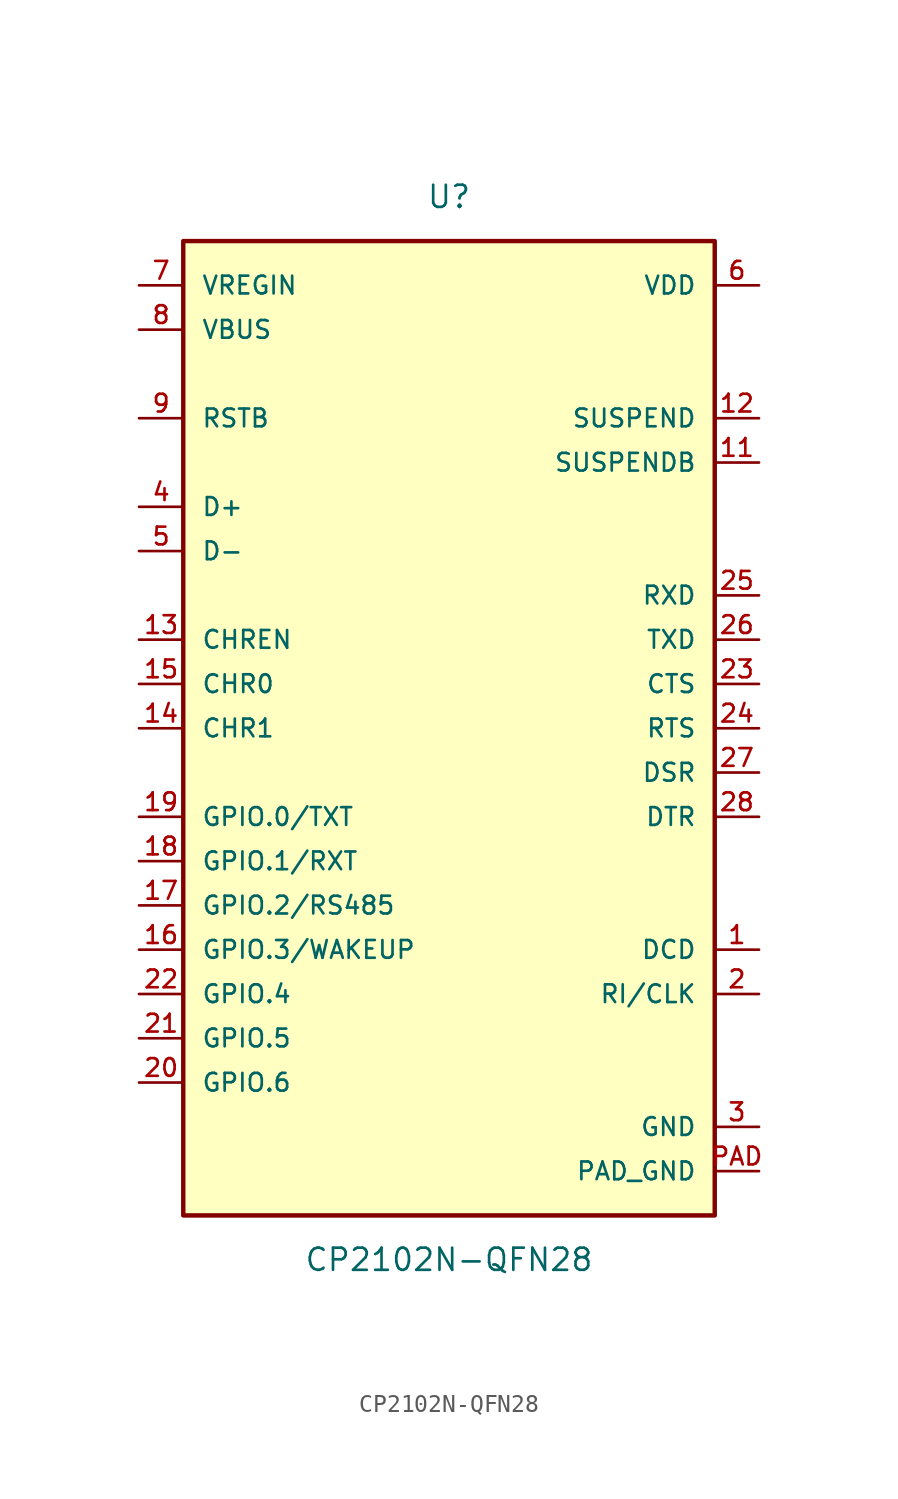
<source format=kicad_sym>
(kicad_symbol_lib
  (version 20211014)
  (generator kicad_symbol_editor)
  (symbol "CP2102N-QFN28"
    (pin_names
      (offset 1.016))
    (property "Reference" "U"
      (at 0.0 30.48 0)
      (effects (font (size 1.27 1.27))))
    (property "Value" "CP2102N-QFN28"
      (at 0.0 -30.48 0)
      (effects (font (size 1.27 1.27))))
    (symbol "CP2102N-QFN28_0_0"
      (rectangle (start -15.24 -27.94) (end 15.24 27.94) (stroke (width 0.254)) (fill (type background)))
      (pin bidirectional line (at 17.78 25.4 180.0) (length 2.54) (name "VDD" (effects (font (size 1.016 1.016)))) (number "6" (effects (font (size 1.016 1.016)))))
      (pin bidirectional line (at 17.78 -22.86 180.0) (length 2.54) (name "GND" (effects (font (size 1.016 1.016)))) (number "3" (effects (font (size 1.016 1.016)))))
      (pin bidirectional line (at 17.78 -12.7 180.0) (length 2.54) (name "DCD" (effects (font (size 1.016 1.016)))) (number "1" (effects (font (size 1.016 1.016)))))
      (pin bidirectional line (at 17.78 -15.24 180.0) (length 2.54) (name "RI/CLK" (effects (font (size 1.016 1.016)))) (number "2" (effects (font (size 1.016 1.016)))))
      (pin bidirectional line (at -17.78 12.7 0) (length 2.54) (name "D+" (effects (font (size 1.016 1.016)))) (number "4" (effects (font (size 1.016 1.016)))))
      (pin bidirectional line (at -17.78 10.16 0) (length 2.54) (name "D-" (effects (font (size 1.016 1.016)))) (number "5" (effects (font (size 1.016 1.016)))))
      (pin bidirectional line (at -17.78 25.4 0) (length 2.54) (name "VREGIN" (effects (font (size 1.016 1.016)))) (number "7" (effects (font (size 1.016 1.016)))))
      (pin bidirectional line (at -17.78 22.86 0) (length 2.54) (name "VBUS" (effects (font (size 1.016 1.016)))) (number "8" (effects (font (size 1.016 1.016)))))
      (pin bidirectional line (at -17.78 17.78 0) (length 2.54) (name "RSTB" (effects (font (size 1.016 1.016)))) (number "9" (effects (font (size 1.016 1.016)))))
      (pin bidirectional line (at 17.78 15.24 180.0) (length 2.54) (name "SUSPENDB" (effects (font (size 1.016 1.016)))) (number "11" (effects (font (size 1.016 1.016)))))
      (pin bidirectional line (at 17.78 17.78 180.0) (length 2.54) (name "SUSPEND" (effects (font (size 1.016 1.016)))) (number "12" (effects (font (size 1.016 1.016)))))
      (pin bidirectional line (at -17.78 5.08 0) (length 2.54) (name "CHREN" (effects (font (size 1.016 1.016)))) (number "13" (effects (font (size 1.016 1.016)))))
      (pin bidirectional line (at -17.78 0.0 0) (length 2.54) (name "CHR1" (effects (font (size 1.016 1.016)))) (number "14" (effects (font (size 1.016 1.016)))))
      (pin bidirectional line (at -17.78 2.54 0) (length 2.54) (name "CHR0" (effects (font (size 1.016 1.016)))) (number "15" (effects (font (size 1.016 1.016)))))
      (pin bidirectional line (at -17.78 -12.7 0) (length 2.54) (name "GPIO.3/WAKEUP" (effects (font (size 1.016 1.016)))) (number "16" (effects (font (size 1.016 1.016)))))
      (pin bidirectional line (at 17.78 -5.08 180.0) (length 2.54) (name "DTR" (effects (font (size 1.016 1.016)))) (number "28" (effects (font (size 1.016 1.016)))))
      (pin bidirectional line (at 17.78 -2.54 180.0) (length 2.54) (name "DSR" (effects (font (size 1.016 1.016)))) (number "27" (effects (font (size 1.016 1.016)))))
      (pin bidirectional line (at 17.78 5.08 180.0) (length 2.54) (name "TXD" (effects (font (size 1.016 1.016)))) (number "26" (effects (font (size 1.016 1.016)))))
      (pin bidirectional line (at 17.78 7.62 180.0) (length 2.54) (name "RXD" (effects (font (size 1.016 1.016)))) (number "25" (effects (font (size 1.016 1.016)))))
      (pin bidirectional line (at 17.78 0.0 180.0) (length 2.54) (name "RTS" (effects (font (size 1.016 1.016)))) (number "24" (effects (font (size 1.016 1.016)))))
      (pin bidirectional line (at 17.78 2.54 180.0) (length 2.54) (name "CTS" (effects (font (size 1.016 1.016)))) (number "23" (effects (font (size 1.016 1.016)))))
      (pin bidirectional line (at -17.78 -15.24 0) (length 2.54) (name "GPIO.4" (effects (font (size 1.016 1.016)))) (number "22" (effects (font (size 1.016 1.016)))))
      (pin bidirectional line (at -17.78 -17.78 0) (length 2.54) (name "GPIO.5" (effects (font (size 1.016 1.016)))) (number "21" (effects (font (size 1.016 1.016)))))
      (pin bidirectional line (at -17.78 -20.32 0) (length 2.54) (name "GPIO.6" (effects (font (size 1.016 1.016)))) (number "20" (effects (font (size 1.016 1.016)))))
      (pin bidirectional line (at -17.78 -5.08 0) (length 2.54) (name "GPIO.0/TXT" (effects (font (size 1.016 1.016)))) (number "19" (effects (font (size 1.016 1.016)))))
      (pin bidirectional line (at -17.78 -7.62 0) (length 2.54) (name "GPIO.1/RXT" (effects (font (size 1.016 1.016)))) (number "18" (effects (font (size 1.016 1.016)))))
      (pin bidirectional line (at -17.78 -10.16 0) (length 2.54) (name "GPIO.2/RS485" (effects (font (size 1.016 1.016)))) (number "17" (effects (font (size 1.016 1.016)))))
      (pin bidirectional line (at 17.78 -25.4 180.0) (length 2.54) (name "PAD_GND" (effects (font (size 1.016 1.016)))) (number "PAD" (effects (font (size 1.016 1.016))))))))
</source>
